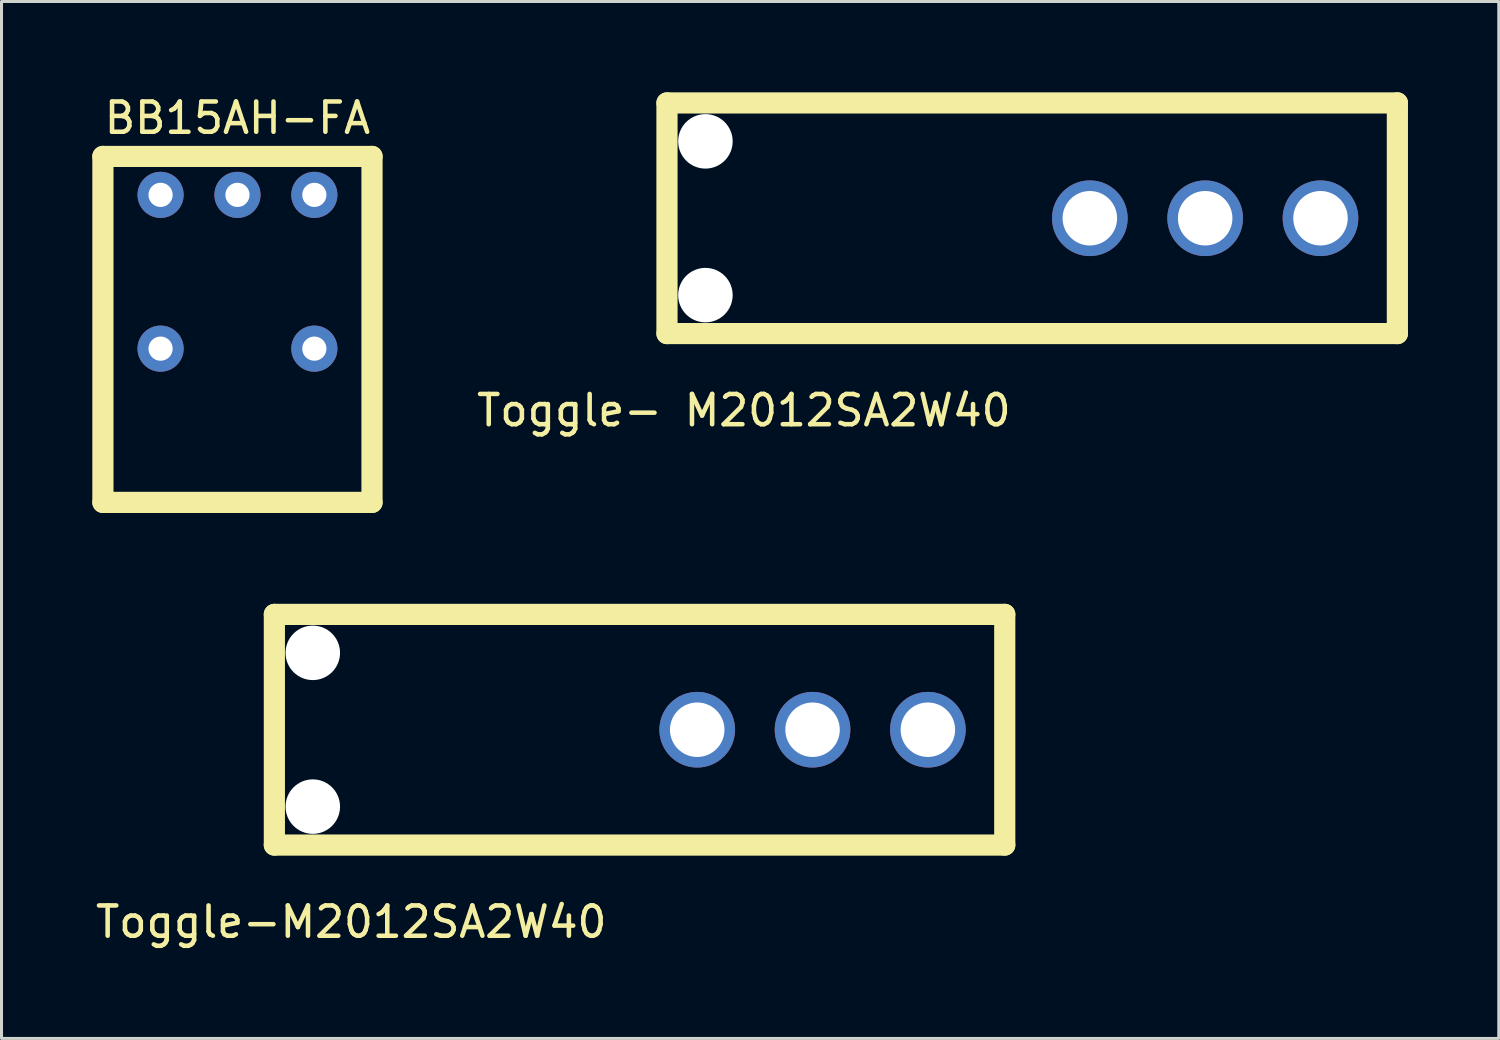
<source format=kicad_pcb>
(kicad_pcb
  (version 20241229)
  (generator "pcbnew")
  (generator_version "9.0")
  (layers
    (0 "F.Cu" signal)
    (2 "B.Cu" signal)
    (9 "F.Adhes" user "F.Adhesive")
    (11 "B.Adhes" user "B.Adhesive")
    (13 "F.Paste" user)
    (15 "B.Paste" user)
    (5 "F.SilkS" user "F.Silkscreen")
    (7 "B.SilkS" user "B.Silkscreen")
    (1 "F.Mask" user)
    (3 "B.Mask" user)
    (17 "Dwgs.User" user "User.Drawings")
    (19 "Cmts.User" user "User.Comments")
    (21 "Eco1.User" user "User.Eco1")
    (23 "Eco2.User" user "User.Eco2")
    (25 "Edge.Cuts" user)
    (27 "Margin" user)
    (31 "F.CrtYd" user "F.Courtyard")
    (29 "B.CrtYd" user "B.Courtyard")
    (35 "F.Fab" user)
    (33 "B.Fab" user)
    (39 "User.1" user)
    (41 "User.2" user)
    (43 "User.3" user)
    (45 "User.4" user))
  (footprint "Toggle-M2012SA2W40"
    (layer "F.Cu")
    (at 7.284 21.058)
    (property "Reference" "Toggle-M2012SA2W40" (at 1.27 6.35 0) (layer "F.SilkS") (effects (font (size 1 1) (thickness 0.15))))
    (attr through_hole)
    (fp_line (start -1.27 -3.81) (end 22.86 -3.81) (stroke (width 0.7) (type solid)) (layer "F.SilkS"))
    (fp_line (start -1.27 3.81) (end -1.27 -3.81) (stroke (width 0.7) (type solid)) (layer "F.SilkS"))
    (fp_line (start 22.86 -3.81) (end 22.86 3.81) (stroke (width 0.7) (type solid)) (layer "F.SilkS"))
    (fp_line (start 22.86 3.81) (end -1.27 3.81) (stroke (width 0.7) (type solid)) (layer "F.SilkS"))
    (pad "" np_thru_hole circle (at 0 -2.54) (size 1.8 1.8) (drill 1.8) (layers "*.Cu" "*.Mask"))
    (pad "" np_thru_hole circle (at 0 2.54) (size 1.8 1.8) (drill 1.8) (layers "*.Cu" "*.Mask"))
    (pad "1" thru_hole circle (at 12.7 0) (size 2.5 2.5) (drill 1.8) (layers "*.Cu" "*.Mask"))
    (pad "2" thru_hole circle (at 16.51 0) (size 2.5 2.5) (drill 1.8) (layers "*.Cu" "*.Mask"))
    (pad "3" thru_hole circle (at 20.32 0) (size 2.5 2.5) (drill 1.8) (layers "*.Cu" "*.Mask")))
  (footprint "Toggle- M2012SA2W40"
    (layer "F.Cu")
    (at 20.255 4.16)
    (property "Reference" "Toggle- M2012SA2W40" (at 1.27 6.35 0) (layer "F.SilkS") (effects (font (size 1 1) (thickness 0.15))))
    (attr through_hole)
    (fp_line (start -1.27 -3.81) (end 22.86 -3.81) (stroke (width 0.7) (type solid)) (layer "F.SilkS"))
    (fp_line (start -1.27 3.81) (end -1.27 -3.81) (stroke (width 0.7) (type solid)) (layer "F.SilkS"))
    (fp_line (start 22.86 -3.81) (end 22.86 3.81) (stroke (width 0.7) (type solid)) (layer "F.SilkS"))
    (fp_line (start 22.86 3.81) (end -1.27 3.81) (stroke (width 0.7) (type solid)) (layer "F.SilkS"))
    (pad "" np_thru_hole circle (at 0 -2.54) (size 1.8 1.8) (drill 1.8) (layers "*.Cu" "*.Mask"))
    (pad "" np_thru_hole circle (at 0 2.54) (size 1.8 1.8) (drill 1.8) (layers "*.Cu" "*.Mask"))
    (pad "1" thru_hole circle (at 12.7 0) (size 2.5 2.5) (drill 1.8) (layers "*.Cu" "*.Mask"))
    (pad "2" thru_hole circle (at 16.51 0) (size 2.5 2.5) (drill 1.8) (layers "*.Cu" "*.Mask"))
    (pad "3" thru_hole circle (at 20.32 0) (size 2.5 2.5) (drill 1.8) (layers "*.Cu" "*.Mask")))
  (footprint "BB15AH-FA"
    (layer "F.Cu")
    (at 4.795 8.468)
    (property "Reference" "BB15AH-FA" (at 0 -7.62 0) (layer "F.SilkS") (effects (font (size 1 1) (thickness 0.15))))
    (attr through_hole)
    (fp_line (start -4.445 -6.35) (end -4.445 5.08) (stroke (width 0.7) (type solid)) (layer "F.SilkS"))
    (fp_line (start -4.445 -6.35) (end 4.445 -6.35) (stroke (width 0.7) (type solid)) (layer "F.SilkS"))
    (fp_line (start 4.445 -6.35) (end 4.445 5.08) (stroke (width 0.7) (type solid)) (layer "F.SilkS"))
    (fp_line (start 4.445 5.08) (end -4.445 5.08) (stroke (width 0.7) (type solid)) (layer "F.SilkS"))
    (pad "" np_thru_hole circle (at -2.54 0) (size 1.524 1.524) (drill 0.8) (layers "*.Cu" "*.Mask"))
    (pad "" np_thru_hole circle (at 2.54 0) (size 1.524 1.524) (drill 0.8) (layers "*.Cu" "*.Mask"))
    (pad "1" thru_hole circle (at -2.54 -5.08) (size 1.524 1.524) (drill 0.8) (layers "*.Cu" "*.Mask"))
    (pad "2" thru_hole circle (at 0 -5.08) (size 1.524 1.524) (drill 0.8) (layers "*.Cu" "*.Mask"))
    (pad "3" thru_hole circle (at 2.54 -5.08) (size 1.524 1.524) (drill 0.8) (layers "*.Cu" "*.Mask")))
  (gr_rect
    (start -3 -3)
    (end 46.465 31.256)
    (stroke (width 0.1) (type default))
    (fill no)
    (layer "Edge.Cuts")))
</source>
